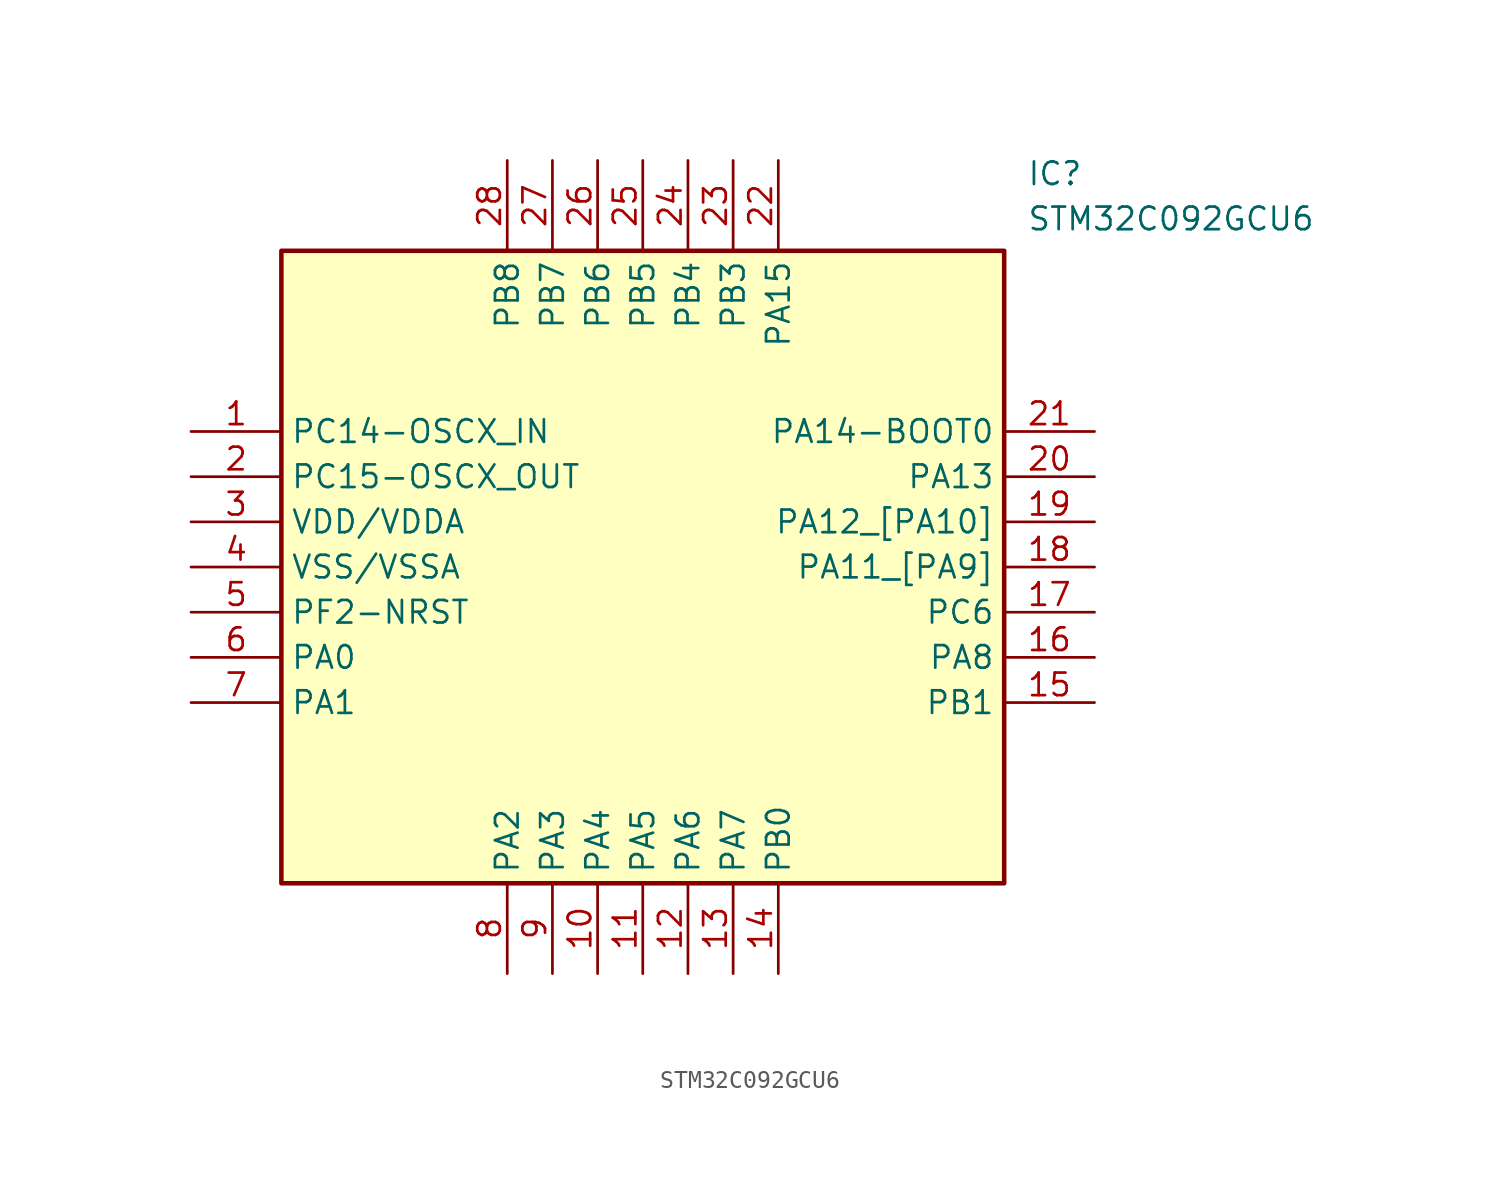
<source format=kicad_sym>
(kicad_symbol_lib
  (version 20231120)
  (generator "kicad_symbol_editor")
  (generator_version "8.0")
  (symbol "STM32C092GCU6"
    (property "Reference" "IC"
      (at 46.99 15.24 0)
      (effects (font (size 1.27 1.27)) (justify left top)))
    (property "Value" "STM32C092GCU6"
      (at 46.99 12.7 0)
      (effects (font (size 1.27 1.27)) (justify left top)))
    (symbol "STM32C092GCU6_1_1"
      (rectangle (start 5.08 10.16) (end 45.72 -25.4) (stroke (width 0.254) (type default)) (fill (type background)))
      (pin passive line (at 0 0 0) (length 5.08) (name "PC14-OSCX_IN" (effects (font (size 1.27 1.27)))) (number "1" (effects (font (size 1.27 1.27)))))
      (pin passive line (at 22.86 -30.48 90) (length 5.08) (name "PA4" (effects (font (size 1.27 1.27)))) (number "10" (effects (font (size 1.27 1.27)))))
      (pin passive line (at 25.4 -30.48 90) (length 5.08) (name "PA5" (effects (font (size 1.27 1.27)))) (number "11" (effects (font (size 1.27 1.27)))))
      (pin passive line (at 27.94 -30.48 90) (length 5.08) (name "PA6" (effects (font (size 1.27 1.27)))) (number "12" (effects (font (size 1.27 1.27)))))
      (pin passive line (at 30.48 -30.48 90) (length 5.08) (name "PA7" (effects (font (size 1.27 1.27)))) (number "13" (effects (font (size 1.27 1.27)))))
      (pin passive line (at 33.02 -30.48 90) (length 5.08) (name "PB0" (effects (font (size 1.27 1.27)))) (number "14" (effects (font (size 1.27 1.27)))))
      (pin passive line (at 50.8 -15.24 180) (length 5.08) (name "PB1" (effects (font (size 1.27 1.27)))) (number "15" (effects (font (size 1.27 1.27)))))
      (pin passive line (at 50.8 -12.7 180) (length 5.08) (name "PA8" (effects (font (size 1.27 1.27)))) (number "16" (effects (font (size 1.27 1.27)))))
      (pin passive line (at 50.8 -10.16 180) (length 5.08) (name "PC6" (effects (font (size 1.27 1.27)))) (number "17" (effects (font (size 1.27 1.27)))))
      (pin passive line (at 50.8 -7.62 180) (length 5.08) (name "PA11_[PA9]" (effects (font (size 1.27 1.27)))) (number "18" (effects (font (size 1.27 1.27)))))
      (pin passive line (at 50.8 -5.08 180) (length 5.08) (name "PA12_[PA10]" (effects (font (size 1.27 1.27)))) (number "19" (effects (font (size 1.27 1.27)))))
      (pin passive line (at 0 -2.54 0) (length 5.08) (name "PC15-OSCX_OUT" (effects (font (size 1.27 1.27)))) (number "2" (effects (font (size 1.27 1.27)))))
      (pin passive line (at 50.8 -2.54 180) (length 5.08) (name "PA13" (effects (font (size 1.27 1.27)))) (number "20" (effects (font (size 1.27 1.27)))))
      (pin passive line (at 50.8 0 180) (length 5.08) (name "PA14-BOOT0" (effects (font (size 1.27 1.27)))) (number "21" (effects (font (size 1.27 1.27)))))
      (pin passive line (at 33.02 15.24 270) (length 5.08) (name "PA15" (effects (font (size 1.27 1.27)))) (number "22" (effects (font (size 1.27 1.27)))))
      (pin passive line (at 30.48 15.24 270) (length 5.08) (name "PB3" (effects (font (size 1.27 1.27)))) (number "23" (effects (font (size 1.27 1.27)))))
      (pin passive line (at 27.94 15.24 270) (length 5.08) (name "PB4" (effects (font (size 1.27 1.27)))) (number "24" (effects (font (size 1.27 1.27)))))
      (pin passive line (at 25.4 15.24 270) (length 5.08) (name "PB5" (effects (font (size 1.27 1.27)))) (number "25" (effects (font (size 1.27 1.27)))))
      (pin passive line (at 22.86 15.24 270) (length 5.08) (name "PB6" (effects (font (size 1.27 1.27)))) (number "26" (effects (font (size 1.27 1.27)))))
      (pin passive line (at 20.32 15.24 270) (length 5.08) (name "PB7" (effects (font (size 1.27 1.27)))) (number "27" (effects (font (size 1.27 1.27)))))
      (pin passive line (at 17.78 15.24 270) (length 5.08) (name "PB8" (effects (font (size 1.27 1.27)))) (number "28" (effects (font (size 1.27 1.27)))))
      (pin passive line (at 0 -5.08 0) (length 5.08) (name "VDD/VDDA" (effects (font (size 1.27 1.27)))) (number "3" (effects (font (size 1.27 1.27)))))
      (pin passive line (at 0 -7.62 0) (length 5.08) (name "VSS/VSSA" (effects (font (size 1.27 1.27)))) (number "4" (effects (font (size 1.27 1.27)))))
      (pin passive line (at 0 -10.16 0) (length 5.08) (name "PF2-NRST" (effects (font (size 1.27 1.27)))) (number "5" (effects (font (size 1.27 1.27)))))
      (pin passive line (at 0 -12.7 0) (length 5.08) (name "PA0" (effects (font (size 1.27 1.27)))) (number "6" (effects (font (size 1.27 1.27)))))
      (pin passive line (at 0 -15.24 0) (length 5.08) (name "PA1" (effects (font (size 1.27 1.27)))) (number "7" (effects (font (size 1.27 1.27)))))
      (pin passive line (at 17.78 -30.48 90) (length 5.08) (name "PA2" (effects (font (size 1.27 1.27)))) (number "8" (effects (font (size 1.27 1.27)))))
      (pin passive line (at 20.32 -30.48 90) (length 5.08) (name "PA3" (effects (font (size 1.27 1.27)))) (number "9" (effects (font (size 1.27 1.27))))))))
</source>
